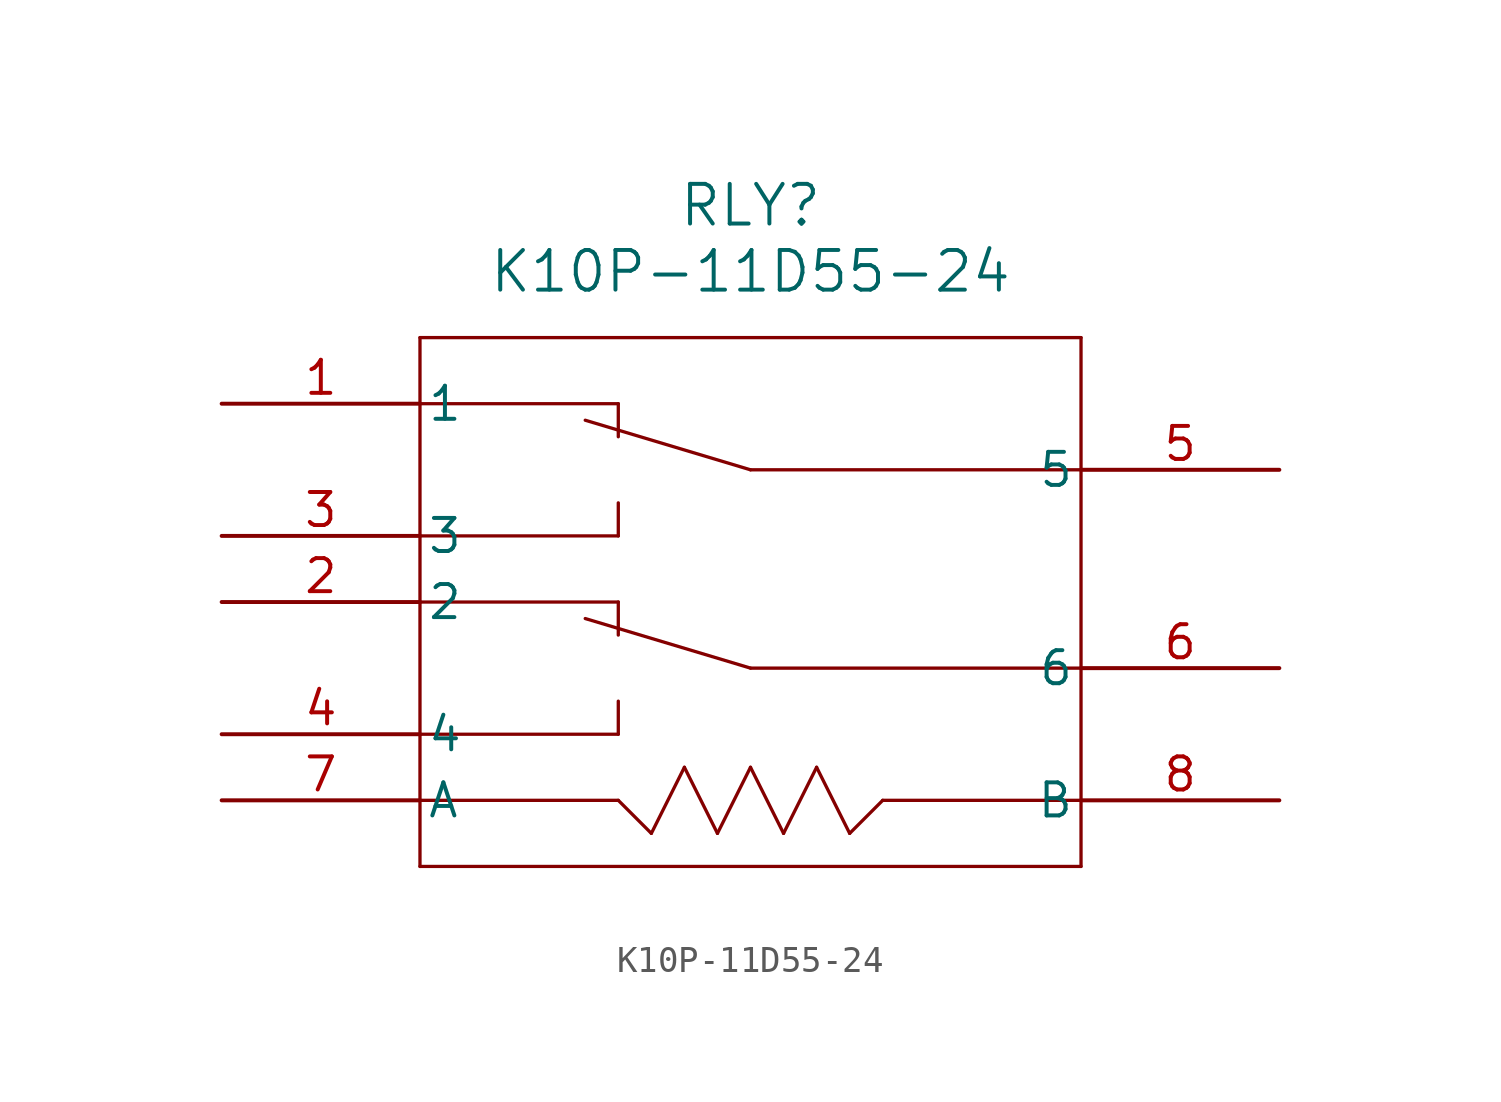
<source format=kicad_sym>
(kicad_symbol_lib
  (version 20211014)
  (generator kicad_symbol_editor)
  (symbol "K10P-11D55-24"
    (pin_names
      (offset 0.254))
    (property "Reference" "RLY"
      (at 20.32 7.62 0)
      (effects (font (size 1.524 1.524))))
    (property "Value" "K10P-11D55-24"
      (at 20.32 5.08 0)
      (effects (font (size 1.524 1.524))))
    (symbol "K10P-11D55-24_0_1"
      (polyline (pts (xy 7.62 2.54) (xy 7.62 -17.78)) (stroke (width 0.127) (type default) (color 0 0 0 0)) (fill (type none)))
      (polyline (pts (xy 7.62 -17.78) (xy 33.02 -17.78)) (stroke (width 0.127) (type default) (color 0 0 0 0)) (fill (type none)))
      (polyline (pts (xy 33.02 -17.78) (xy 33.02 2.54)) (stroke (width 0.127) (type default) (color 0 0 0 0)) (fill (type none)))
      (polyline (pts (xy 33.02 2.54) (xy 7.62 2.54)) (stroke (width 0.127) (type default) (color 0 0 0 0)) (fill (type none)))
      (polyline (pts (xy 7.62 0) (xy 15.24 0)) (stroke (width 0.127) (type default) (color 0 0 0 0)) (fill (type none)))
      (polyline (pts (xy 7.62 -5.08) (xy 15.24 -5.08)) (stroke (width 0.127) (type default) (color 0 0 0 0)) (fill (type none)))
      (polyline (pts (xy 7.62 -7.62) (xy 15.24 -7.62)) (stroke (width 0.127) (type default) (color 0 0 0 0)) (fill (type none)))
      (polyline (pts (xy 7.62 -12.7) (xy 15.24 -12.7)) (stroke (width 0.127) (type default) (color 0 0 0 0)) (fill (type none)))
      (polyline (pts (xy 7.62 -15.24) (xy 15.24 -15.24)) (stroke (width 0.127) (type default) (color 0 0 0 0)) (fill (type none)))
      (polyline (pts (xy 33.02 -15.24) (xy 25.4 -15.24)) (stroke (width 0.127) (type default) (color 0 0 0 0)) (fill (type none)))
      (polyline (pts (xy 33.02 -10.16) (xy 20.32 -10.16)) (stroke (width 0.127) (type default) (color 0 0 0 0)) (fill (type none)))
      (polyline (pts (xy 33.02 -2.54) (xy 20.32 -2.54)) (stroke (width 0.127) (type default) (color 0 0 0 0)) (fill (type none)))
      (polyline (pts (xy 15.24 -15.24) (xy 16.51 -16.51)) (stroke (width 0.127) (type default) (color 0 0 0 0)) (fill (type none)))
      (polyline (pts (xy 16.51 -16.51) (xy 17.78 -13.97)) (stroke (width 0.127) (type default) (color 0 0 0 0)) (fill (type none)))
      (polyline (pts (xy 17.78 -13.97) (xy 19.05 -16.51)) (stroke (width 0.127) (type default) (color 0 0 0 0)) (fill (type none)))
      (polyline (pts (xy 19.05 -16.51) (xy 20.32 -13.97)) (stroke (width 0.127) (type default) (color 0 0 0 0)) (fill (type none)))
      (polyline (pts (xy 20.32 -13.97) (xy 21.59 -16.51)) (stroke (width 0.127) (type default) (color 0 0 0 0)) (fill (type none)))
      (polyline (pts (xy 21.59 -16.51) (xy 22.86 -13.97)) (stroke (width 0.127) (type default) (color 0 0 0 0)) (fill (type none)))
      (polyline (pts (xy 22.86 -13.97) (xy 24.13 -16.51)) (stroke (width 0.127) (type default) (color 0 0 0 0)) (fill (type none)))
      (polyline (pts (xy 24.13 -16.51) (xy 25.4 -15.24)) (stroke (width 0.127) (type default) (color 0 0 0 0)) (fill (type none)))
      (polyline (pts (xy 15.24 -11.43) (xy 15.24 -12.7)) (stroke (width 0.127) (type default) (color 0 0 0 0)) (fill (type none)))
      (polyline (pts (xy 15.24 -8.89) (xy 15.24 -7.62)) (stroke (width 0.127) (type default) (color 0 0 0 0)) (fill (type none)))
      (polyline (pts (xy 15.24 -5.08) (xy 15.24 -3.81)) (stroke (width 0.127) (type default) (color 0 0 0 0)) (fill (type none)))
      (polyline (pts (xy 15.24 -1.27) (xy 15.24 0)) (stroke (width 0.127) (type default) (color 0 0 0 0)) (fill (type none)))
      (polyline (pts (xy 20.32 -2.54) (xy 13.97 -0.635)) (stroke (width 0.127) (type default) (color 0 0 0 0)) (fill (type none)))
      (polyline (pts (xy 20.32 -10.16) (xy 13.97 -8.255)) (stroke (width 0.127) (type default) (color 0 0 0 0)) (fill (type none)))
      (pin unspecified line (at 0 0 0) (length 7.62) (name "1" (effects (font (size 1.27 1.27)))) (number "1" (effects (font (size 1.27 1.27)))))
      (pin unspecified line (at 0 -7.62 0) (length 7.62) (name "2" (effects (font (size 1.27 1.27)))) (number "2" (effects (font (size 1.27 1.27)))))
      (pin unspecified line (at 0 -5.08 0) (length 7.62) (name "3" (effects (font (size 1.27 1.27)))) (number "3" (effects (font (size 1.27 1.27)))))
      (pin unspecified line (at 0 -12.7 0) (length 7.62) (name "4" (effects (font (size 1.27 1.27)))) (number "4" (effects (font (size 1.27 1.27)))))
      (pin unspecified line (at 40.64 -2.54 180) (length 7.62) (name "5" (effects (font (size 1.27 1.27)))) (number "5" (effects (font (size 1.27 1.27)))))
      (pin unspecified line (at 40.64 -10.16 180) (length 7.62) (name "6" (effects (font (size 1.27 1.27)))) (number "6" (effects (font (size 1.27 1.27)))))
      (pin unspecified line (at 0 -15.24 0) (length 7.62) (name "A" (effects (font (size 1.27 1.27)))) (number "7" (effects (font (size 1.27 1.27)))))
      (pin unspecified line (at 40.64 -15.24 180) (length 7.62) (name "B" (effects (font (size 1.27 1.27)))) (number "8" (effects (font (size 1.27 1.27))))))))
</source>
